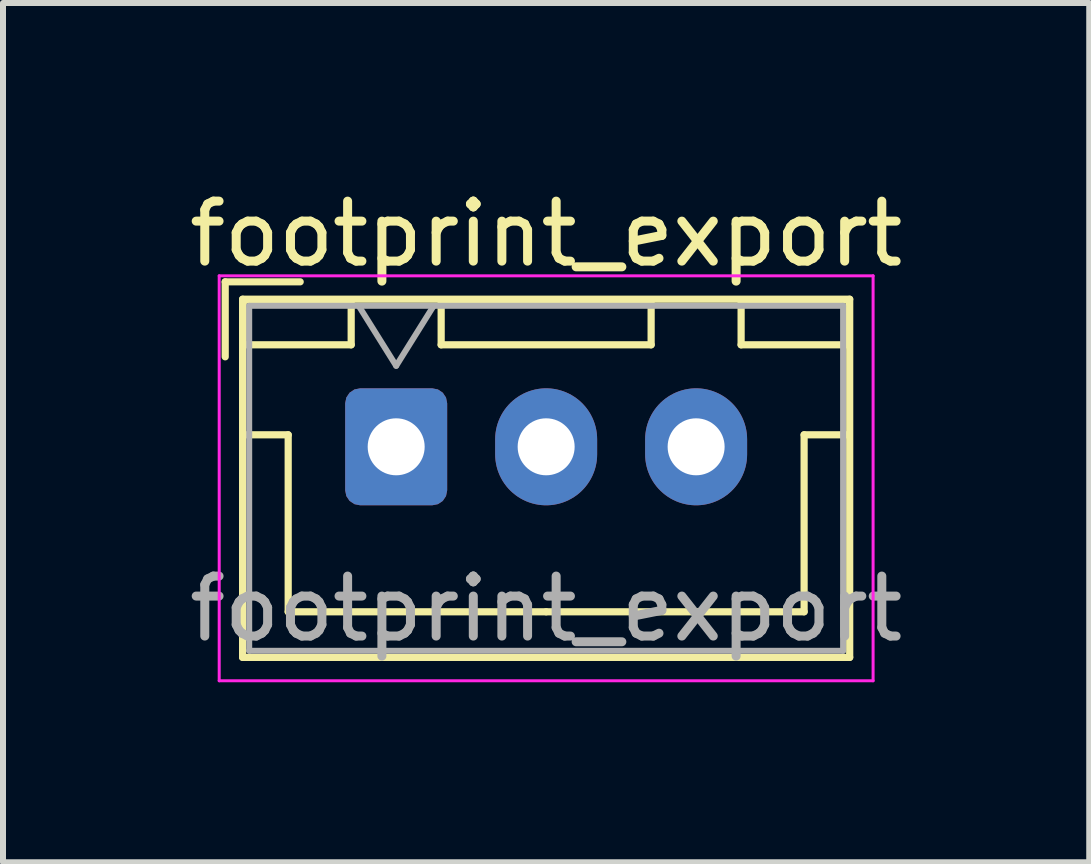
<source format=kicad_pcb>
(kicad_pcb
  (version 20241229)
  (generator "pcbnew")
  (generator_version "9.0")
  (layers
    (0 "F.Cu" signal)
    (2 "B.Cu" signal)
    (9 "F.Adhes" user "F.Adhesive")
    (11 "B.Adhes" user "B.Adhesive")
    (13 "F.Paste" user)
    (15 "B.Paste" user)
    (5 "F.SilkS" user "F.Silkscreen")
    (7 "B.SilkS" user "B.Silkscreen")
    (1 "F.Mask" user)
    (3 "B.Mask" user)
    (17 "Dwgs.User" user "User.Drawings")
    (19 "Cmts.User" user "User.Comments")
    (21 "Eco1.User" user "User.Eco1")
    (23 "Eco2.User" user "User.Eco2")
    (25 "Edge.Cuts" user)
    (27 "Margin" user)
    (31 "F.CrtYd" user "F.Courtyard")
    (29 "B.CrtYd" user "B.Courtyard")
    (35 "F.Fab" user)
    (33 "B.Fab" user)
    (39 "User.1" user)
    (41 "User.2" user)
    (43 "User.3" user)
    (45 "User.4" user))
  (footprint "footprint_export"
    (layer "F.Cu")
    (at 3.554 4.398)
    (property "Reference" "footprint_export" (at 2.5 -3.55 0) (layer "F.SilkS") (effects (font (size 1 1) (thickness 0.15))))
    (attr through_hole)
    (fp_line (start -2.85 -2.75) (end -2.85 -1.5) (stroke (width 0.12) (type solid)) (layer "F.SilkS"))
    (fp_line (start -2.56 -2.46) (end -2.56 3.51) (stroke (width 0.12) (type solid)) (layer "F.SilkS"))
    (fp_line (start -2.56 3.51) (end 7.56 3.51) (stroke (width 0.12) (type solid)) (layer "F.SilkS"))
    (fp_line (start -2.55 -2.45) (end -2.55 -1.7) (stroke (width 0.12) (type solid)) (layer "F.SilkS"))
    (fp_line (start -2.55 -1.7) (end -0.75 -1.7) (stroke (width 0.12) (type solid)) (layer "F.SilkS"))
    (fp_line (start -2.55 -0.2) (end -1.8 -0.2) (stroke (width 0.12) (type solid)) (layer "F.SilkS"))
    (fp_line (start -1.8 -0.2) (end -1.8 2.75) (stroke (width 0.12) (type solid)) (layer "F.SilkS"))
    (fp_line (start -1.8 2.75) (end 2.5 2.75) (stroke (width 0.12) (type solid)) (layer "F.SilkS"))
    (fp_line (start -1.6 -2.75) (end -2.85 -2.75) (stroke (width 0.12) (type solid)) (layer "F.SilkS"))
    (fp_line (start -0.75 -2.45) (end -2.55 -2.45) (stroke (width 0.12) (type solid)) (layer "F.SilkS"))
    (fp_line (start -0.75 -1.7) (end -0.75 -2.45) (stroke (width 0.12) (type solid)) (layer "F.SilkS"))
    (fp_line (start 0.75 -2.45) (end 0.75 -1.7) (stroke (width 0.12) (type solid)) (layer "F.SilkS"))
    (fp_line (start 0.75 -1.7) (end 4.25 -1.7) (stroke (width 0.12) (type solid)) (layer "F.SilkS"))
    (fp_line (start 4.25 -2.45) (end 0.75 -2.45) (stroke (width 0.12) (type solid)) (layer "F.SilkS"))
    (fp_line (start 4.25 -1.7) (end 4.25 -2.45) (stroke (width 0.12) (type solid)) (layer "F.SilkS"))
    (fp_line (start 5.75 -2.45) (end 5.75 -1.7) (stroke (width 0.12) (type solid)) (layer "F.SilkS"))
    (fp_line (start 5.75 -1.7) (end 7.55 -1.7) (stroke (width 0.12) (type solid)) (layer "F.SilkS"))
    (fp_line (start 6.8 -0.2) (end 6.8 2.75) (stroke (width 0.12) (type solid)) (layer "F.SilkS"))
    (fp_line (start 6.8 2.75) (end 2.5 2.75) (stroke (width 0.12) (type solid)) (layer "F.SilkS"))
    (fp_line (start 7.55 -2.45) (end 5.75 -2.45) (stroke (width 0.12) (type solid)) (layer "F.SilkS"))
    (fp_line (start 7.55 -1.7) (end 7.55 -2.45) (stroke (width 0.12) (type solid)) (layer "F.SilkS"))
    (fp_line (start 7.55 -0.2) (end 6.8 -0.2) (stroke (width 0.12) (type solid)) (layer "F.SilkS"))
    (fp_line (start 7.56 -2.46) (end -2.56 -2.46) (stroke (width 0.12) (type solid)) (layer "F.SilkS"))
    (fp_line (start 7.56 3.51) (end 7.56 -2.46) (stroke (width 0.12) (type solid)) (layer "F.SilkS"))
    (fp_line (start -2.95 -2.85) (end -2.95 3.9) (stroke (width 0.05) (type solid)) (layer "F.CrtYd"))
    (fp_line (start -2.95 3.9) (end 7.95 3.9) (stroke (width 0.05) (type solid)) (layer "F.CrtYd"))
    (fp_line (start 7.95 -2.85) (end -2.95 -2.85) (stroke (width 0.05) (type solid)) (layer "F.CrtYd"))
    (fp_line (start 7.95 3.9) (end 7.95 -2.85) (stroke (width 0.05) (type solid)) (layer "F.CrtYd"))
    (fp_line (start -2.45 -2.35) (end -2.45 3.4) (stroke (width 0.1) (type solid)) (layer "F.Fab"))
    (fp_line (start -2.45 3.4) (end 7.45 3.4) (stroke (width 0.1) (type solid)) (layer "F.Fab"))
    (fp_line (start -0.625 -2.35) (end 0 -1.35) (stroke (width 0.1) (type solid)) (layer "F.Fab"))
    (fp_line (start 0 -1.35) (end 0.625 -2.35) (stroke (width 0.1) (type solid)) (layer "F.Fab"))
    (fp_line (start 7.45 -2.35) (end -2.45 -2.35) (stroke (width 0.1) (type solid)) (layer "F.Fab"))
    (fp_line (start 7.45 3.4) (end 7.45 -2.35) (stroke (width 0.1) (type solid)) (layer "F.Fab"))
    (fp_text user "${REFERENCE}" (at 2.5 2.7 0) (layer "F.Fab") (effects (font (size 1 1) (thickness 0.15))))
    (pad "1" thru_hole roundrect (at 0 0) (size 1.7 1.95) (drill 0.95) (layers "*.Cu" "*.Mask") (roundrect_rratio 0.147))
    (pad "2" thru_hole oval (at 2.5 0) (size 1.7 1.95) (drill 0.95) (layers "*.Cu" "*.Mask"))
    (pad "3" thru_hole oval (at 5 0) (size 1.7 1.95) (drill 0.95) (layers "*.Cu" "*.Mask")))
  (gr_rect
    (start -3 -3)
    (end 15.107 11.323)
    (stroke (width 0.1) (type default))
    (fill no)
    (layer "Edge.Cuts")))
</source>
